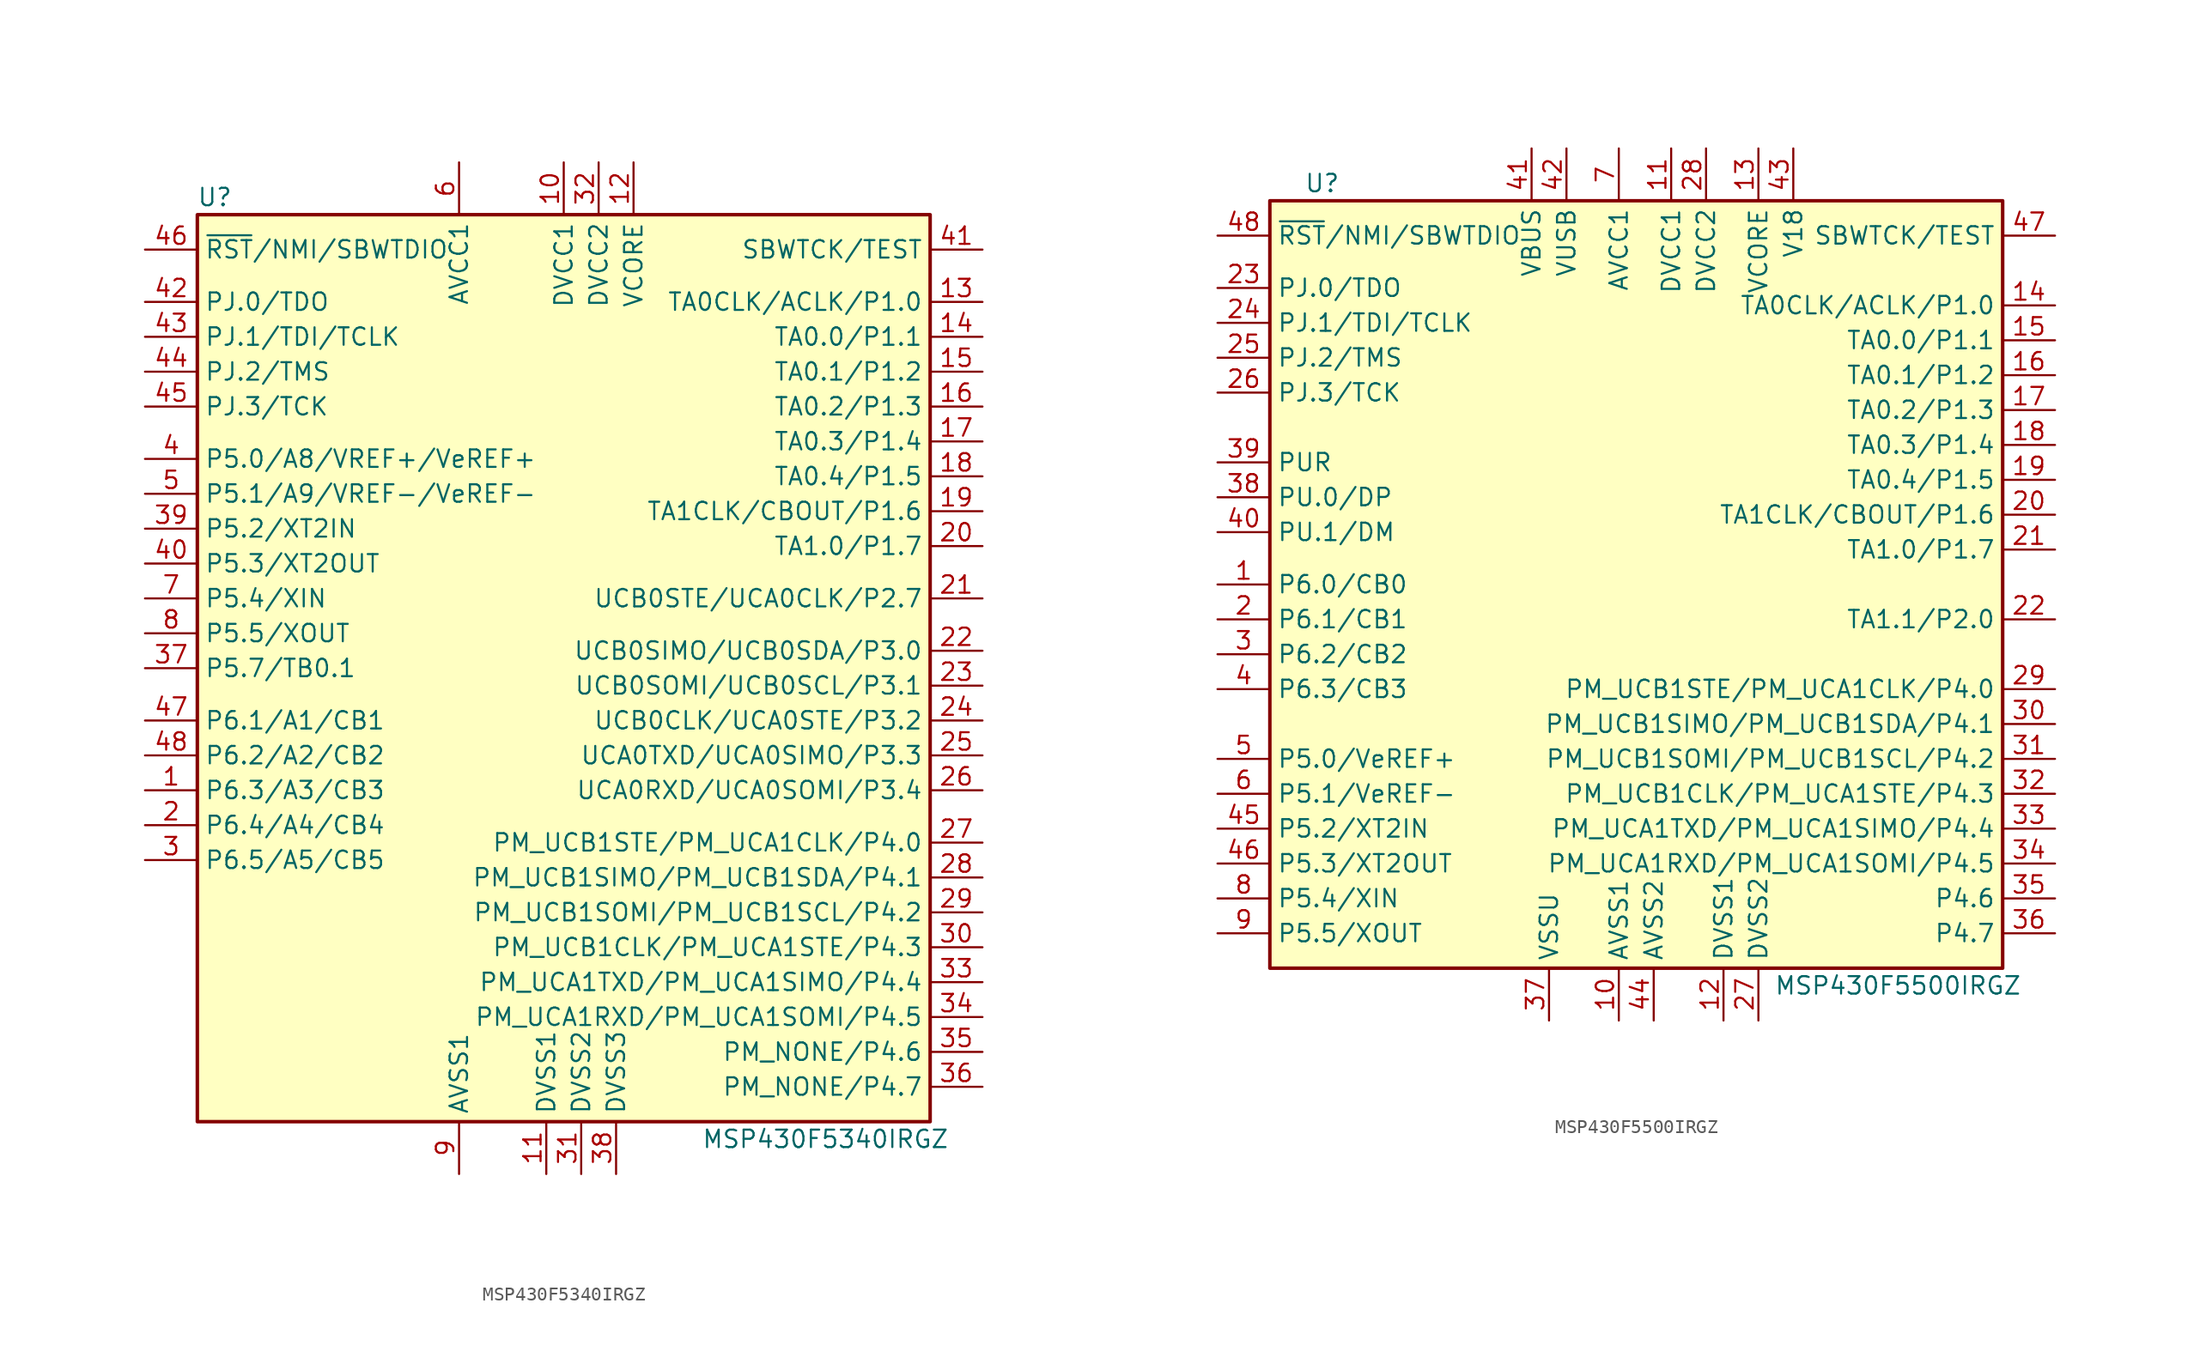
<source format=kicad_sym>
(kicad_symbol_lib
  (version 20241209)
  (generator "kicad_symbol_editor")
  (generator_version "9.0")
  (symbol "MSP430F5340IRGZ"
    (property "Reference" "U"
      (at -26.67 34.29 0)
      (effects (font (size 1.27 1.27))))
    (property "Value" "MSP430F5340IRGZ"
      (at 17.78 -34.29 0)
      (effects (font (size 1.27 1.27))))
    (symbol "MSP430F5340IRGZ_0_1"
      (rectangle (start -27.94 33.02) (end 25.4 -33.02) (stroke (width 0.254) (type default)) (fill (type background))))
    (symbol "MSP430F5340IRGZ_1_1"
      (pin input line (at -31.75 30.48 0) (length 3.81) (name "~{RST}/NMI/SBWTDIO" (effects (font (size 1.27 1.27)))) (number "46" (effects (font (size 1.27 1.27)))))
      (pin bidirectional line (at -31.75 26.67 0) (length 3.81) (name "PJ.0/TDO" (effects (font (size 1.27 1.27)))) (number "42" (effects (font (size 1.27 1.27)))))
      (pin bidirectional line (at -31.75 24.13 0) (length 3.81) (name "PJ.1/TDI/TCLK" (effects (font (size 1.27 1.27)))) (number "43" (effects (font (size 1.27 1.27)))))
      (pin bidirectional line (at -31.75 21.59 0) (length 3.81) (name "PJ.2/TMS" (effects (font (size 1.27 1.27)))) (number "44" (effects (font (size 1.27 1.27)))))
      (pin bidirectional line (at -31.75 19.05 0) (length 3.81) (name "PJ.3/TCK" (effects (font (size 1.27 1.27)))) (number "45" (effects (font (size 1.27 1.27)))))
      (pin bidirectional line (at -31.75 15.24 0) (length 3.81) (name "P5.0/A8/VREF+/VeREF+" (effects (font (size 1.27 1.27)))) (number "4" (effects (font (size 1.27 1.27)))))
      (pin bidirectional line (at -31.75 12.7 0) (length 3.81) (name "P5.1/A9/VREF-/VeREF-" (effects (font (size 1.27 1.27)))) (number "5" (effects (font (size 1.27 1.27)))))
      (pin bidirectional line (at -31.75 10.16 0) (length 3.81) (name "P5.2/XT2IN" (effects (font (size 1.27 1.27)))) (number "39" (effects (font (size 1.27 1.27)))))
      (pin bidirectional line (at -31.75 7.62 0) (length 3.81) (name "P5.3/XT2OUT" (effects (font (size 1.27 1.27)))) (number "40" (effects (font (size 1.27 1.27)))))
      (pin bidirectional line (at -31.75 5.08 0) (length 3.81) (name "P5.4/XIN" (effects (font (size 1.27 1.27)))) (number "7" (effects (font (size 1.27 1.27)))))
      (pin bidirectional line (at -31.75 2.54 0) (length 3.81) (name "P5.5/XOUT" (effects (font (size 1.27 1.27)))) (number "8" (effects (font (size 1.27 1.27)))))
      (pin bidirectional line (at -31.75 0 0) (length 3.81) (name "P5.7/TB0.1" (effects (font (size 1.27 1.27)))) (number "37" (effects (font (size 1.27 1.27)))))
      (pin bidirectional line (at -31.75 -3.81 0) (length 3.81) (name "P6.1/A1/CB1" (effects (font (size 1.27 1.27)))) (number "47" (effects (font (size 1.27 1.27)))))
      (pin bidirectional line (at -31.75 -6.35 0) (length 3.81) (name "P6.2/A2/CB2" (effects (font (size 1.27 1.27)))) (number "48" (effects (font (size 1.27 1.27)))))
      (pin bidirectional line (at -31.75 -8.89 0) (length 3.81) (name "P6.3/A3/CB3" (effects (font (size 1.27 1.27)))) (number "1" (effects (font (size 1.27 1.27)))))
      (pin bidirectional line (at -31.75 -11.43 0) (length 3.81) (name "P6.4/A4/CB4" (effects (font (size 1.27 1.27)))) (number "2" (effects (font (size 1.27 1.27)))))
      (pin bidirectional line (at -31.75 -13.97 0) (length 3.81) (name "P6.5/A5/CB5" (effects (font (size 1.27 1.27)))) (number "3" (effects (font (size 1.27 1.27)))))
      (pin power_in line (at -8.89 36.83 270) (length 3.81) (name "AVCC1" (effects (font (size 1.27 1.27)))) (number "6" (effects (font (size 1.27 1.27)))))
      (pin power_in line (at -8.89 -36.83 90) (length 3.81) (name "AVSS1" (effects (font (size 1.27 1.27)))) (number "9" (effects (font (size 1.27 1.27)))))
      (pin power_in line (at -2.54 -36.83 90) (length 3.81) (name "DVSS1" (effects (font (size 1.27 1.27)))) (number "11" (effects (font (size 1.27 1.27)))))
      (pin power_in line (at -1.27 36.83 270) (length 3.81) (name "DVCC1" (effects (font (size 1.27 1.27)))) (number "10" (effects (font (size 1.27 1.27)))))
      (pin power_in line (at 0 -36.83 90) (length 3.81) (name "DVSS2" (effects (font (size 1.27 1.27)))) (number "31" (effects (font (size 1.27 1.27)))))
      (pin power_in line (at 1.27 36.83 270) (length 3.81) (name "DVCC2" (effects (font (size 1.27 1.27)))) (number "32" (effects (font (size 1.27 1.27)))))
      (pin power_in line (at 2.54 -36.83 90) (length 3.81) (name "DVSS3" (effects (font (size 1.27 1.27)))) (number "38" (effects (font (size 1.27 1.27)))))
      (pin passive line (at 3.81 36.83 270) (length 3.81) (name "VCORE" (effects (font (size 1.27 1.27)))) (number "12" (effects (font (size 1.27 1.27)))))
      (pin input line (at 29.21 30.48 180) (length 3.81) (name "SBWTCK/TEST" (effects (font (size 1.27 1.27)))) (number "41" (effects (font (size 1.27 1.27)))))
      (pin bidirectional line (at 29.21 26.67 180) (length 3.81) (name "TA0CLK/ACLK/P1.0" (effects (font (size 1.27 1.27)))) (number "13" (effects (font (size 1.27 1.27)))))
      (pin bidirectional line (at 29.21 24.13 180) (length 3.81) (name "TA0.0/P1.1" (effects (font (size 1.27 1.27)))) (number "14" (effects (font (size 1.27 1.27)))))
      (pin bidirectional line (at 29.21 21.59 180) (length 3.81) (name "TA0.1/P1.2" (effects (font (size 1.27 1.27)))) (number "15" (effects (font (size 1.27 1.27)))))
      (pin bidirectional line (at 29.21 19.05 180) (length 3.81) (name "TA0.2/P1.3" (effects (font (size 1.27 1.27)))) (number "16" (effects (font (size 1.27 1.27)))))
      (pin bidirectional line (at 29.21 16.51 180) (length 3.81) (name "TA0.3/P1.4" (effects (font (size 1.27 1.27)))) (number "17" (effects (font (size 1.27 1.27)))))
      (pin bidirectional line (at 29.21 13.97 180) (length 3.81) (name "TA0.4/P1.5" (effects (font (size 1.27 1.27)))) (number "18" (effects (font (size 1.27 1.27)))))
      (pin bidirectional line (at 29.21 11.43 180) (length 3.81) (name "TA1CLK/CBOUT/P1.6" (effects (font (size 1.27 1.27)))) (number "19" (effects (font (size 1.27 1.27)))))
      (pin bidirectional line (at 29.21 8.89 180) (length 3.81) (name "TA1.0/P1.7" (effects (font (size 1.27 1.27)))) (number "20" (effects (font (size 1.27 1.27)))))
      (pin bidirectional line (at 29.21 5.08 180) (length 3.81) (name "UCB0STE/UCA0CLK/P2.7" (effects (font (size 1.27 1.27)))) (number "21" (effects (font (size 1.27 1.27)))))
      (pin bidirectional line (at 29.21 1.27 180) (length 3.81) (name "UCB0SIMO/UCB0SDA/P3.0" (effects (font (size 1.27 1.27)))) (number "22" (effects (font (size 1.27 1.27)))))
      (pin bidirectional line (at 29.21 -1.27 180) (length 3.81) (name "UCB0SOMI/UCB0SCL/P3.1" (effects (font (size 1.27 1.27)))) (number "23" (effects (font (size 1.27 1.27)))))
      (pin bidirectional line (at 29.21 -3.81 180) (length 3.81) (name "UCB0CLK/UCA0STE/P3.2" (effects (font (size 1.27 1.27)))) (number "24" (effects (font (size 1.27 1.27)))))
      (pin bidirectional line (at 29.21 -6.35 180) (length 3.81) (name "UCA0TXD/UCA0SIMO/P3.3" (effects (font (size 1.27 1.27)))) (number "25" (effects (font (size 1.27 1.27)))))
      (pin bidirectional line (at 29.21 -8.89 180) (length 3.81) (name "UCA0RXD/UCA0SOMI/P3.4" (effects (font (size 1.27 1.27)))) (number "26" (effects (font (size 1.27 1.27)))))
      (pin bidirectional line (at 29.21 -12.7 180) (length 3.81) (name "PM_UCB1STE/PM_UCA1CLK/P4.0" (effects (font (size 1.27 1.27)))) (number "27" (effects (font (size 1.27 1.27)))))
      (pin bidirectional line (at 29.21 -15.24 180) (length 3.81) (name "PM_UCB1SIMO/PM_UCB1SDA/P4.1" (effects (font (size 1.27 1.27)))) (number "28" (effects (font (size 1.27 1.27)))))
      (pin bidirectional line (at 29.21 -17.78 180) (length 3.81) (name "PM_UCB1SOMI/PM_UCB1SCL/P4.2" (effects (font (size 1.27 1.27)))) (number "29" (effects (font (size 1.27 1.27)))))
      (pin bidirectional line (at 29.21 -20.32 180) (length 3.81) (name "PM_UCB1CLK/PM_UCA1STE/P4.3" (effects (font (size 1.27 1.27)))) (number "30" (effects (font (size 1.27 1.27)))))
      (pin bidirectional line (at 29.21 -22.86 180) (length 3.81) (name "PM_UCA1TXD/PM_UCA1SIMO/P4.4" (effects (font (size 1.27 1.27)))) (number "33" (effects (font (size 1.27 1.27)))))
      (pin bidirectional line (at 29.21 -25.4 180) (length 3.81) (name "PM_UCA1RXD/PM_UCA1SOMI/P4.5" (effects (font (size 1.27 1.27)))) (number "34" (effects (font (size 1.27 1.27)))))
      (pin bidirectional line (at 29.21 -27.94 180) (length 3.81) (name "PM_NONE/P4.6" (effects (font (size 1.27 1.27)))) (number "35" (effects (font (size 1.27 1.27)))))
      (pin bidirectional line (at 29.21 -30.48 180) (length 3.81) (name "PM_NONE/P4.7" (effects (font (size 1.27 1.27)))) (number "36" (effects (font (size 1.27 1.27)))))))
  (symbol "MSP430F5500IRGZ"
    (property "Reference" "U"
      (at -22.86 29.21 0)
      (effects (font (size 1.27 1.27))))
    (property "Value" "MSP430F5500IRGZ"
      (at 19.05 -29.21 0)
      (effects (font (size 1.27 1.27))))
    (symbol "MSP430F5500IRGZ_0_1"
      (rectangle (start -26.67 27.94) (end 26.67 -27.94) (stroke (width 0.254) (type default)) (fill (type background))))
    (symbol "MSP430F5500IRGZ_1_1"
      (pin input line (at -30.48 25.4 0) (length 3.81) (name "~{RST}/NMI/SBWTDIO" (effects (font (size 1.27 1.27)))) (number "48" (effects (font (size 1.27 1.27)))))
      (pin bidirectional line (at -30.48 21.59 0) (length 3.81) (name "PJ.0/TDO" (effects (font (size 1.27 1.27)))) (number "23" (effects (font (size 1.27 1.27)))))
      (pin bidirectional line (at -30.48 19.05 0) (length 3.81) (name "PJ.1/TDI/TCLK" (effects (font (size 1.27 1.27)))) (number "24" (effects (font (size 1.27 1.27)))))
      (pin bidirectional line (at -30.48 16.51 0) (length 3.81) (name "PJ.2/TMS" (effects (font (size 1.27 1.27)))) (number "25" (effects (font (size 1.27 1.27)))))
      (pin bidirectional line (at -30.48 13.97 0) (length 3.81) (name "PJ.3/TCK" (effects (font (size 1.27 1.27)))) (number "26" (effects (font (size 1.27 1.27)))))
      (pin bidirectional line (at -30.48 8.89 0) (length 3.81) (name "PUR" (effects (font (size 1.27 1.27)))) (number "39" (effects (font (size 1.27 1.27)))))
      (pin bidirectional line (at -30.48 6.35 0) (length 3.81) (name "PU.0/DP" (effects (font (size 1.27 1.27)))) (number "38" (effects (font (size 1.27 1.27)))))
      (pin bidirectional line (at -30.48 3.81 0) (length 3.81) (name "PU.1/DM" (effects (font (size 1.27 1.27)))) (number "40" (effects (font (size 1.27 1.27)))))
      (pin bidirectional line (at -30.48 0 0) (length 3.81) (name "P6.0/CB0" (effects (font (size 1.27 1.27)))) (number "1" (effects (font (size 1.27 1.27)))))
      (pin bidirectional line (at -30.48 -2.54 0) (length 3.81) (name "P6.1/CB1" (effects (font (size 1.27 1.27)))) (number "2" (effects (font (size 1.27 1.27)))))
      (pin bidirectional line (at -30.48 -5.08 0) (length 3.81) (name "P6.2/CB2" (effects (font (size 1.27 1.27)))) (number "3" (effects (font (size 1.27 1.27)))))
      (pin bidirectional line (at -30.48 -7.62 0) (length 3.81) (name "P6.3/CB3" (effects (font (size 1.27 1.27)))) (number "4" (effects (font (size 1.27 1.27)))))
      (pin bidirectional line (at -30.48 -12.7 0) (length 3.81) (name "P5.0/VeREF+" (effects (font (size 1.27 1.27)))) (number "5" (effects (font (size 1.27 1.27)))))
      (pin bidirectional line (at -30.48 -15.24 0) (length 3.81) (name "P5.1/VeREF-" (effects (font (size 1.27 1.27)))) (number "6" (effects (font (size 1.27 1.27)))))
      (pin bidirectional line (at -30.48 -17.78 0) (length 3.81) (name "P5.2/XT2IN" (effects (font (size 1.27 1.27)))) (number "45" (effects (font (size 1.27 1.27)))))
      (pin bidirectional line (at -30.48 -20.32 0) (length 3.81) (name "P5.3/XT2OUT" (effects (font (size 1.27 1.27)))) (number "46" (effects (font (size 1.27 1.27)))))
      (pin bidirectional line (at -30.48 -22.86 0) (length 3.81) (name "P5.4/XIN" (effects (font (size 1.27 1.27)))) (number "8" (effects (font (size 1.27 1.27)))))
      (pin bidirectional line (at -30.48 -25.4 0) (length 3.81) (name "P5.5/XOUT" (effects (font (size 1.27 1.27)))) (number "9" (effects (font (size 1.27 1.27)))))
      (pin power_in line (at -7.62 31.75 270) (length 3.81) (name "VBUS" (effects (font (size 1.27 1.27)))) (number "41" (effects (font (size 1.27 1.27)))))
      (pin power_in line (at -6.35 -31.75 90) (length 3.81) (name "VSSU" (effects (font (size 1.27 1.27)))) (number "37" (effects (font (size 1.27 1.27)))))
      (pin power_out line (at -5.08 31.75 270) (length 3.81) (name "VUSB" (effects (font (size 1.27 1.27)))) (number "42" (effects (font (size 1.27 1.27)))))
      (pin power_in line (at -1.27 31.75 270) (length 3.81) (name "AVCC1" (effects (font (size 1.27 1.27)))) (number "7" (effects (font (size 1.27 1.27)))))
      (pin power_in line (at -1.27 -31.75 90) (length 3.81) (name "AVSS1" (effects (font (size 1.27 1.27)))) (number "10" (effects (font (size 1.27 1.27)))))
      (pin power_in line (at 1.27 -31.75 90) (length 3.81) (name "AVSS2" (effects (font (size 1.27 1.27)))) (number "44" (effects (font (size 1.27 1.27)))))
      (pin power_in line (at 2.54 31.75 270) (length 3.81) (name "DVCC1" (effects (font (size 1.27 1.27)))) (number "11" (effects (font (size 1.27 1.27)))))
      (pin power_in line (at 5.08 31.75 270) (length 3.81) (name "DVCC2" (effects (font (size 1.27 1.27)))) (number "28" (effects (font (size 1.27 1.27)))))
      (pin power_in line (at 6.35 -31.75 90) (length 3.81) (name "DVSS1" (effects (font (size 1.27 1.27)))) (number "12" (effects (font (size 1.27 1.27)))))
      (pin passive line (at 8.89 31.75 270) (length 3.81) (name "VCORE" (effects (font (size 1.27 1.27)))) (number "13" (effects (font (size 1.27 1.27)))))
      (pin power_in line (at 8.89 -31.75 90) (length 3.81) (name "DVSS2" (effects (font (size 1.27 1.27)))) (number "27" (effects (font (size 1.27 1.27)))))
      (pin passive line (at 11.43 31.75 270) (length 3.81) (name "V18" (effects (font (size 1.27 1.27)))) (number "43" (effects (font (size 1.27 1.27)))))
      (pin input line (at 30.48 25.4 180) (length 3.81) (name "SBWTCK/TEST" (effects (font (size 1.27 1.27)))) (number "47" (effects (font (size 1.27 1.27)))))
      (pin bidirectional line (at 30.48 20.32 180) (length 3.81) (name "TA0CLK/ACLK/P1.0" (effects (font (size 1.27 1.27)))) (number "14" (effects (font (size 1.27 1.27)))))
      (pin bidirectional line (at 30.48 17.78 180) (length 3.81) (name "TA0.0/P1.1" (effects (font (size 1.27 1.27)))) (number "15" (effects (font (size 1.27 1.27)))))
      (pin bidirectional line (at 30.48 15.24 180) (length 3.81) (name "TA0.1/P1.2" (effects (font (size 1.27 1.27)))) (number "16" (effects (font (size 1.27 1.27)))))
      (pin bidirectional line (at 30.48 12.7 180) (length 3.81) (name "TA0.2/P1.3" (effects (font (size 1.27 1.27)))) (number "17" (effects (font (size 1.27 1.27)))))
      (pin bidirectional line (at 30.48 10.16 180) (length 3.81) (name "TA0.3/P1.4" (effects (font (size 1.27 1.27)))) (number "18" (effects (font (size 1.27 1.27)))))
      (pin bidirectional line (at 30.48 7.62 180) (length 3.81) (name "TA0.4/P1.5" (effects (font (size 1.27 1.27)))) (number "19" (effects (font (size 1.27 1.27)))))
      (pin bidirectional line (at 30.48 5.08 180) (length 3.81) (name "TA1CLK/CBOUT/P1.6" (effects (font (size 1.27 1.27)))) (number "20" (effects (font (size 1.27 1.27)))))
      (pin bidirectional line (at 30.48 2.54 180) (length 3.81) (name "TA1.0/P1.7" (effects (font (size 1.27 1.27)))) (number "21" (effects (font (size 1.27 1.27)))))
      (pin bidirectional line (at 30.48 -2.54 180) (length 3.81) (name "TA1.1/P2.0" (effects (font (size 1.27 1.27)))) (number "22" (effects (font (size 1.27 1.27)))))
      (pin bidirectional line (at 30.48 -7.62 180) (length 3.81) (name "PM_UCB1STE/PM_UCA1CLK/P4.0" (effects (font (size 1.27 1.27)))) (number "29" (effects (font (size 1.27 1.27)))))
      (pin bidirectional line (at 30.48 -10.16 180) (length 3.81) (name "PM_UCB1SIMO/PM_UCB1SDA/P4.1" (effects (font (size 1.27 1.27)))) (number "30" (effects (font (size 1.27 1.27)))))
      (pin bidirectional line (at 30.48 -12.7 180) (length 3.81) (name "PM_UCB1SOMI/PM_UCB1SCL/P4.2" (effects (font (size 1.27 1.27)))) (number "31" (effects (font (size 1.27 1.27)))))
      (pin bidirectional line (at 30.48 -15.24 180) (length 3.81) (name "PM_UCB1CLK/PM_UCA1STE/P4.3" (effects (font (size 1.27 1.27)))) (number "32" (effects (font (size 1.27 1.27)))))
      (pin bidirectional line (at 30.48 -17.78 180) (length 3.81) (name "PM_UCA1TXD/PM_UCA1SIMO/P4.4" (effects (font (size 1.27 1.27)))) (number "33" (effects (font (size 1.27 1.27)))))
      (pin bidirectional line (at 30.48 -20.32 180) (length 3.81) (name "PM_UCA1RXD/PM_UCA1SOMI/P4.5" (effects (font (size 1.27 1.27)))) (number "34" (effects (font (size 1.27 1.27)))))
      (pin bidirectional line (at 30.48 -22.86 180) (length 3.81) (name "P4.6" (effects (font (size 1.27 1.27)))) (number "35" (effects (font (size 1.27 1.27)))))
      (pin bidirectional line (at 30.48 -25.4 180) (length 3.81) (name "P4.7" (effects (font (size 1.27 1.27)))) (number "36" (effects (font (size 1.27 1.27))))))))
</source>
